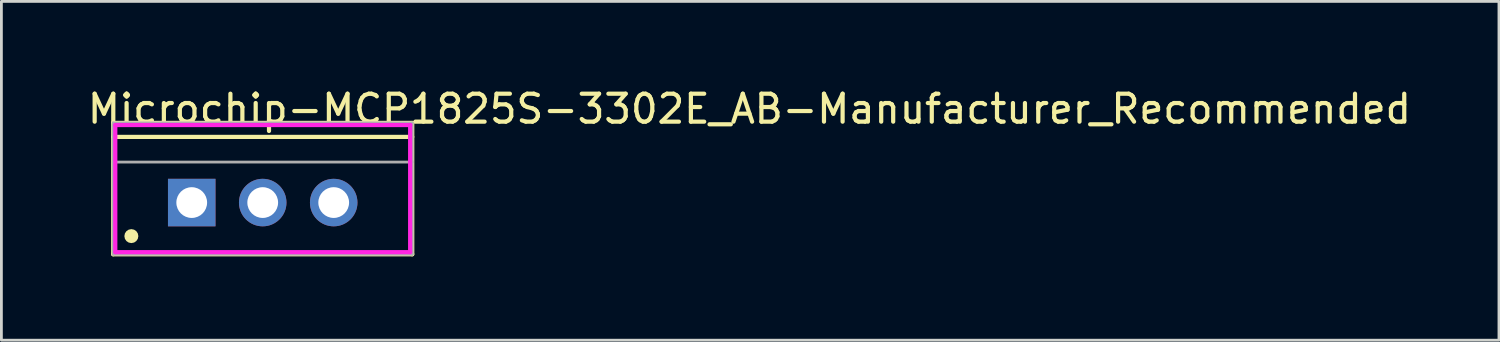
<source format=kicad_pcb>
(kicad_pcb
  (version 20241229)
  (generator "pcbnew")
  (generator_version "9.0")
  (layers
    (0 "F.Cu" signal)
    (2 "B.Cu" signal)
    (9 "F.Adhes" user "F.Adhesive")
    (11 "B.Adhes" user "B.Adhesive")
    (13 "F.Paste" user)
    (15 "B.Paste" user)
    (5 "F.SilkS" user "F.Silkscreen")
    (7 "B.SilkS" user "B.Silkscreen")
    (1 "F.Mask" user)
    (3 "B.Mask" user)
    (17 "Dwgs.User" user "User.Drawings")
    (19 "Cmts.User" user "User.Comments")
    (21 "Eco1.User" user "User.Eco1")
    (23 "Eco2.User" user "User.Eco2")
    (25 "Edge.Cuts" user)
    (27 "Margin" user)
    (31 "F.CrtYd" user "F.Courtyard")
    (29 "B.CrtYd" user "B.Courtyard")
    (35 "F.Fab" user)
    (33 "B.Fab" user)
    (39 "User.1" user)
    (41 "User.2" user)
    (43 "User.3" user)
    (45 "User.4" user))
  (footprint "Microchip-MCP1825S-3302E_AB-Manufacturer_Recommended"
    (layer "F.Cu")
    (at 6.35 4.198)
    (property "Reference" "Microchip-MCP1825S-3302E_AB-Manufacturer_Recommended" (at -6.35 -3.35 0) (layer "F.SilkS") (effects (font (size 1 1) (thickness 0.15)) (justify left)))
    (attr through_hole)
    (fp_line (start -5.35 -2.85) (end 5.35 -2.85) (stroke (width 0.15) (type solid)) (layer "F.SilkS"))
    (fp_line (start -5.35 1.85) (end -5.35 -2.85) (stroke (width 0.15) (type solid)) (layer "F.SilkS"))
    (fp_line (start -5.35 1.85) (end 5.35 1.85) (stroke (width 0.15) (type solid)) (layer "F.SilkS"))
    (fp_line (start -5.35 -2.35) (end 5.35 -2.35) (stroke (width 0.15) (type solid)) (layer "F.SilkS"))
    (fp_line (start 5.35 1.85) (end 5.35 -2.85) (stroke (width 0.15) (type solid)) (layer "F.SilkS"))
    (fp_circle (center -4.7 1.2) (end -4.575 1.2) (stroke (width 0.25) (type solid)) (fill no) (layer "F.SilkS"))
    (fp_line (start -5.275 -2.775) (end -5.275 1.775) (stroke (width 0.15) (type solid)) (layer "F.CrtYd"))
    (fp_line (start -5.275 1.775) (end 5.275 1.775) (stroke (width 0.15) (type solid)) (layer "F.CrtYd"))
    (fp_line (start 5.275 -2.775) (end -5.275 -2.775) (stroke (width 0.15) (type solid)) (layer "F.CrtYd"))
    (fp_line (start 5.275 -2.775) (end 5.275 -2.775) (stroke (width 0.15) (type solid)) (layer "F.CrtYd"))
    (fp_line (start 5.275 1.775) (end 5.275 -2.775) (stroke (width 0.15) (type solid)) (layer "F.CrtYd"))
    (fp_line (start -5.35 -2.85) (end 5.35 -2.85) (stroke (width 0.1) (type solid)) (layer "F.Fab"))
    (fp_line (start -5.35 -1.45) (end 5.35 -1.45) (stroke (width 0.1) (type solid)) (layer "F.Fab"))
    (fp_line (start -5.35 1.85) (end -5.35 -2.85) (stroke (width 0.1) (type solid)) (layer "F.Fab"))
    (fp_line (start -5.35 1.85) (end 5.35 1.85) (stroke (width 0.1) (type solid)) (layer "F.Fab"))
    (fp_line (start 5.35 1.85) (end 5.35 -2.85) (stroke (width 0.1) (type solid)) (layer "F.Fab"))
    (pad "1" thru_hole rect (at -2.54 0) (size 1.7 1.7) (drill 1.1) (layers "*.Cu"))
    (pad "2" thru_hole circle (at 0 0) (size 1.7 1.7) (drill 1.1) (layers "*.Cu"))
    (pad "3" thru_hole circle (at 2.54 0) (size 1.7 1.7) (drill 1.1) (layers "*.Cu")))
  (gr_rect
    (start -3 -3)
    (end 50.583 9.123)
    (stroke (width 0.1) (type default))
    (fill no)
    (layer "Edge.Cuts")))
</source>
